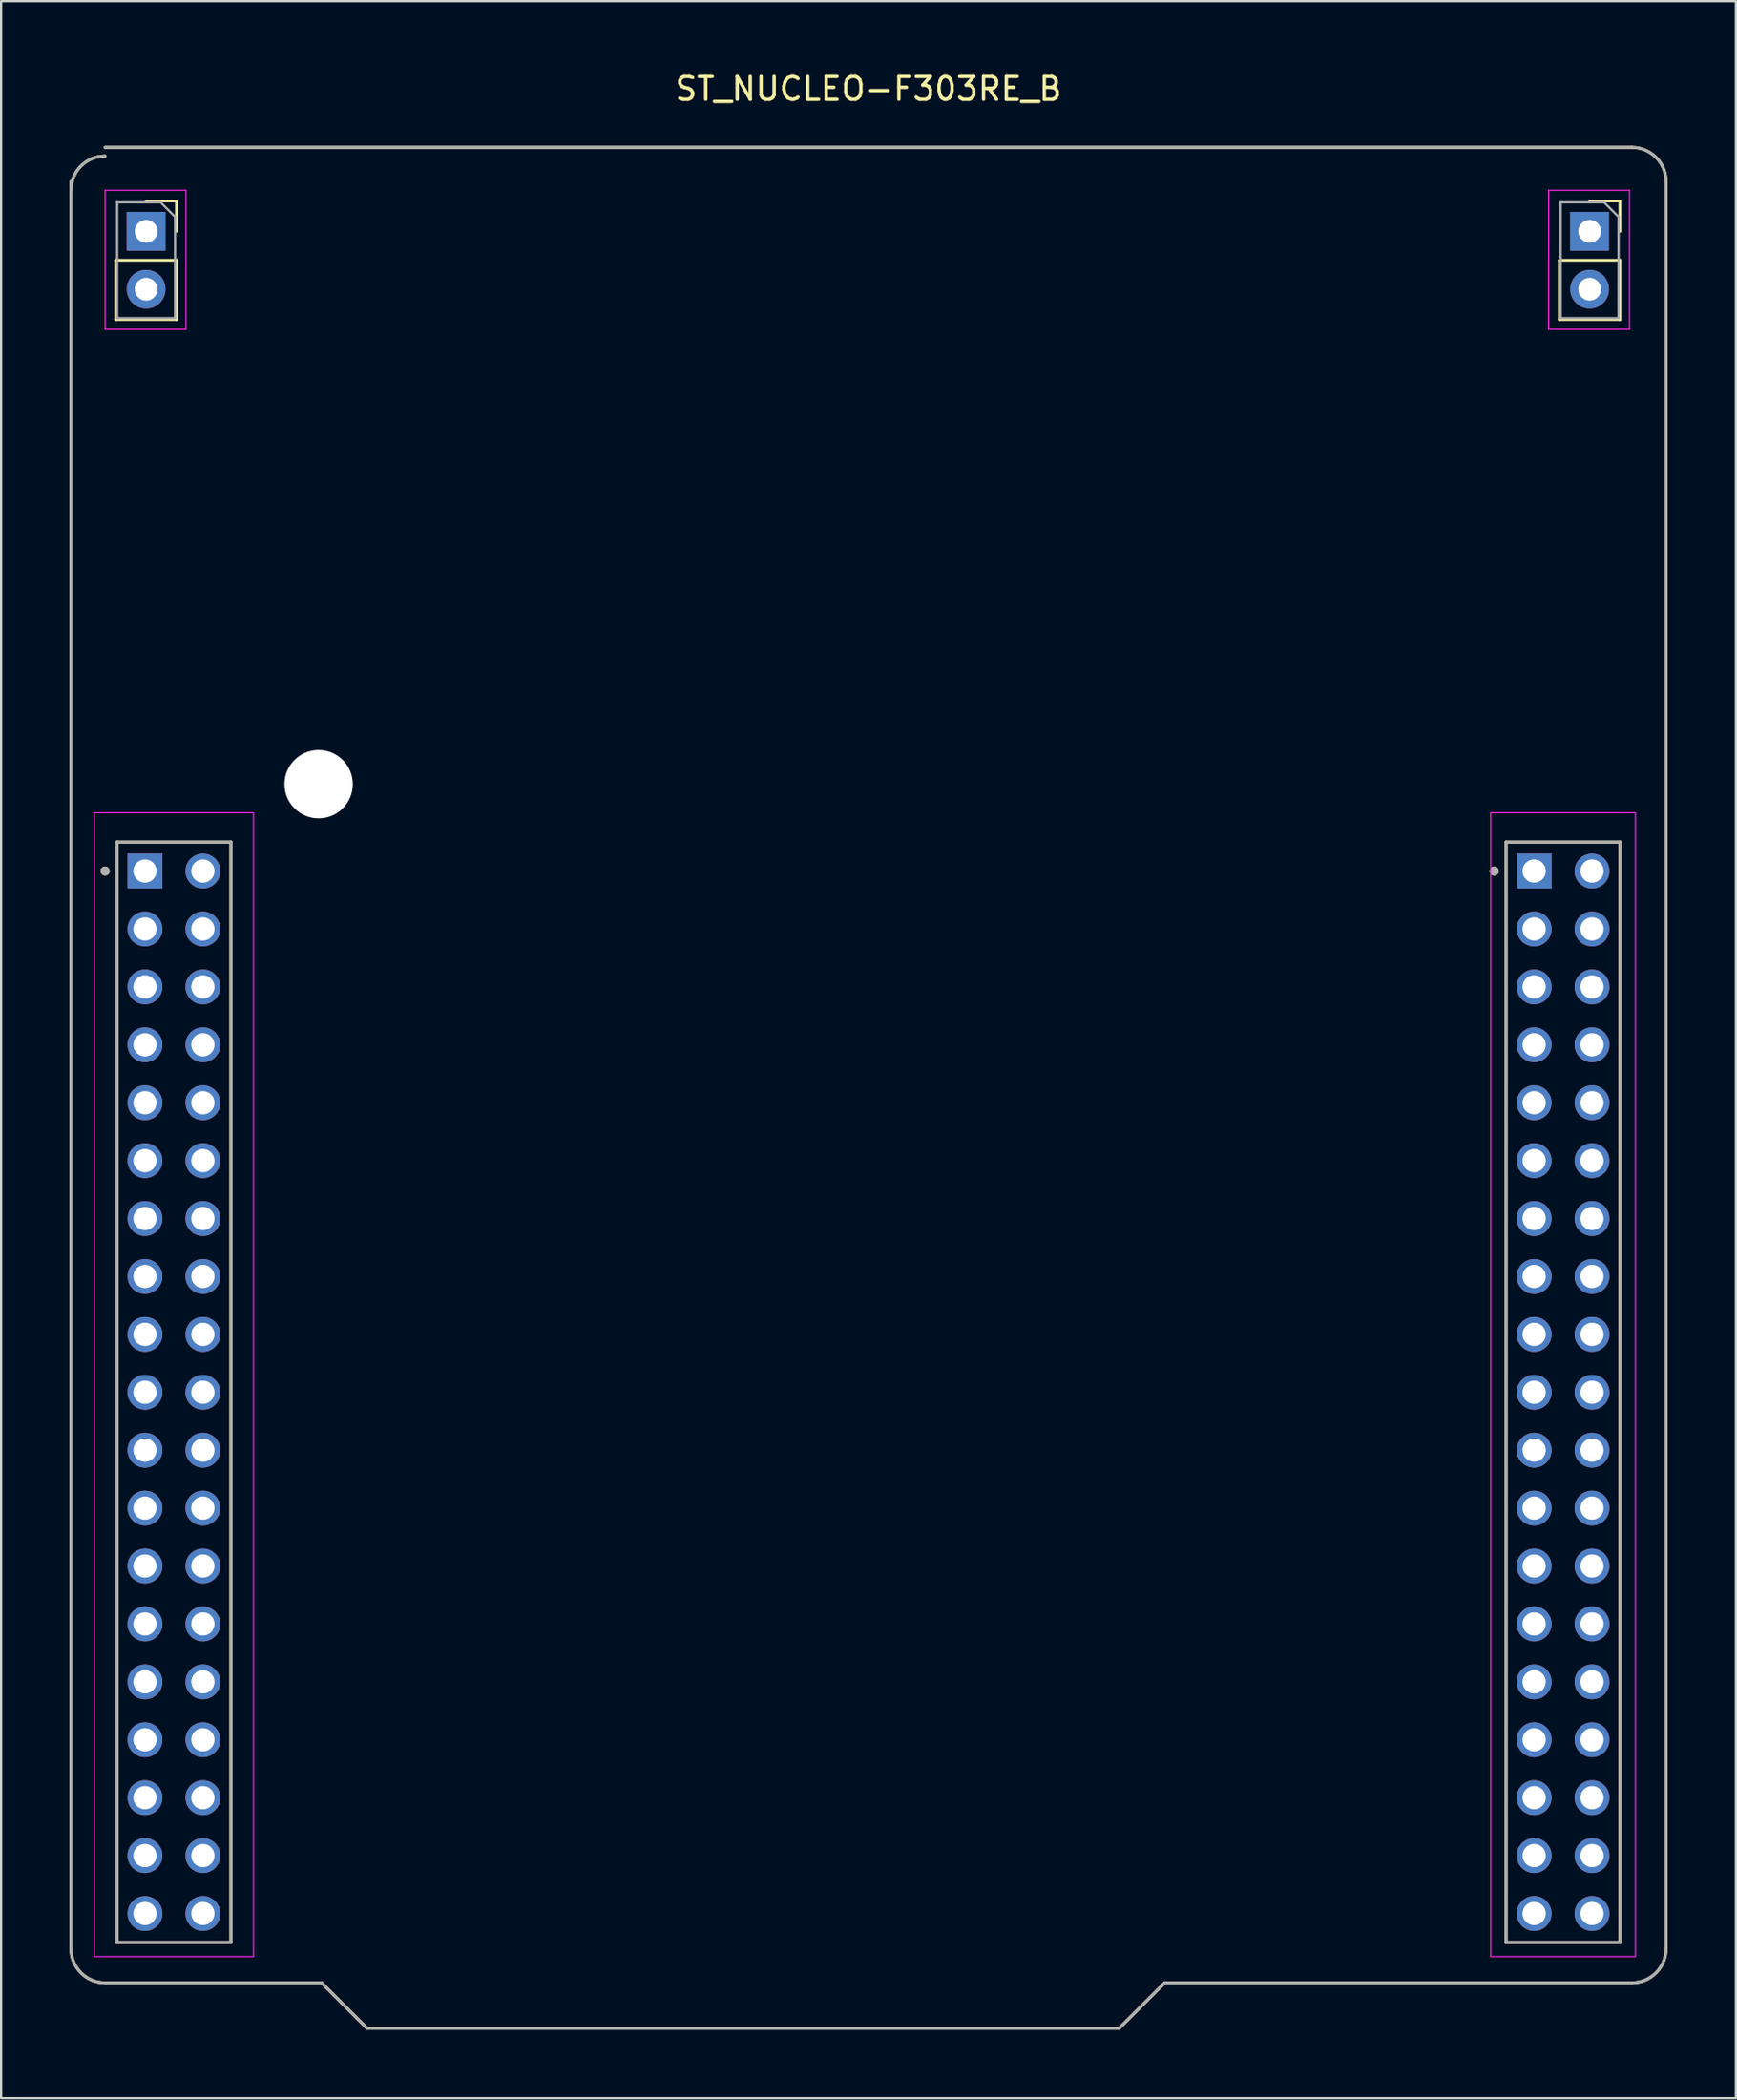
<source format=kicad_pcb>
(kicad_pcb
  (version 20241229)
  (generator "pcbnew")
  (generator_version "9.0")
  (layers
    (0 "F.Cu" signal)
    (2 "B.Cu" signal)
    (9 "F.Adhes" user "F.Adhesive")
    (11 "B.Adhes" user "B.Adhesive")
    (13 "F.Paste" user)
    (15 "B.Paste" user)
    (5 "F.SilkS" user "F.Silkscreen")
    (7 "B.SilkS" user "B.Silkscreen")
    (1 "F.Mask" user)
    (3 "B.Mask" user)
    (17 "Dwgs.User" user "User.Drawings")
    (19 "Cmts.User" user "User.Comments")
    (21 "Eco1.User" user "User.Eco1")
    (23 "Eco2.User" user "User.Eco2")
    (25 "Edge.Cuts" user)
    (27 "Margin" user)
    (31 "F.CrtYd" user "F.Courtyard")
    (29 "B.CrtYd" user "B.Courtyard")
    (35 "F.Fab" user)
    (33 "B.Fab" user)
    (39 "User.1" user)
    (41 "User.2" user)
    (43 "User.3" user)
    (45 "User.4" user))
  (footprint "ST_NUCLEO-F303RE_B"
    (layer "F.Cu")
    (at 35.063 44.663)
    (property "Reference" "ST_NUCLEO-F303RE_B" (at 0 -43.815 0) (layer "F.SilkS") (effects (font (size 1 1) (thickness 0.15))))
    (attr through_hole)
    (fp_line (start -35 37.75) (end -35 -39.75) (stroke (width 0.127) (type solid)) (layer "F.SilkS"))
    (fp_line (start -33.5 -41.25) (end 33.5 -41.25) (stroke (width 0.127) (type solid)) (layer "F.SilkS"))
    (fp_line (start -33.03 -36.3) (end -33.03 -33.7) (stroke (width 0.12) (type solid)) (layer "F.SilkS"))
    (fp_line (start -33.03 -36.3) (end -30.37 -36.3) (stroke (width 0.12) (type solid)) (layer "F.SilkS"))
    (fp_line (start -33.03 -33.7) (end -30.37 -33.7) (stroke (width 0.12) (type solid)) (layer "F.SilkS"))
    (fp_line (start -32.98 -10.78) (end -32.98 37.48) (stroke (width 0.127) (type solid)) (layer "F.SilkS"))
    (fp_line (start -32.98 37.48) (end -27.98 37.48) (stroke (width 0.127) (type solid)) (layer "F.SilkS"))
    (fp_line (start -31.7 -38.9) (end -30.37 -38.9) (stroke (width 0.12) (type solid)) (layer "F.SilkS"))
    (fp_line (start -30.37 -38.9) (end -30.37 -37.57) (stroke (width 0.12) (type solid)) (layer "F.SilkS"))
    (fp_line (start -30.37 -36.3) (end -30.37 -33.7) (stroke (width 0.12) (type solid)) (layer "F.SilkS"))
    (fp_line (start -27.98 -10.78) (end -32.98 -10.78) (stroke (width 0.127) (type solid)) (layer "F.SilkS"))
    (fp_line (start -27.98 37.48) (end -27.98 -10.78) (stroke (width 0.127) (type solid)) (layer "F.SilkS"))
    (fp_line (start -24 39.25) (end -33.5 39.25) (stroke (width 0.127) (type solid)) (layer "F.SilkS"))
    (fp_line (start -22 41.25) (end -24 39.25) (stroke (width 0.127) (type solid)) (layer "F.SilkS"))
    (fp_line (start 11 41.25) (end -22 41.25) (stroke (width 0.127) (type solid)) (layer "F.SilkS"))
    (fp_line (start 13 39.25) (end 11 41.25) (stroke (width 0.127) (type solid)) (layer "F.SilkS"))
    (fp_line (start 27.98 -10.78) (end 27.98 37.48) (stroke (width 0.127) (type solid)) (layer "F.SilkS"))
    (fp_line (start 27.98 37.48) (end 32.98 37.48) (stroke (width 0.127) (type solid)) (layer "F.SilkS"))
    (fp_line (start 30.315 -36.3) (end 30.315 -33.7) (stroke (width 0.12) (type solid)) (layer "F.SilkS"))
    (fp_line (start 30.315 -36.3) (end 32.975 -36.3) (stroke (width 0.12) (type solid)) (layer "F.SilkS"))
    (fp_line (start 30.315 -33.7) (end 32.975 -33.7) (stroke (width 0.12) (type solid)) (layer "F.SilkS"))
    (fp_line (start 31.645 -38.9) (end 32.975 -38.9) (stroke (width 0.12) (type solid)) (layer "F.SilkS"))
    (fp_line (start 32.975 -38.9) (end 32.975 -37.57) (stroke (width 0.12) (type solid)) (layer "F.SilkS"))
    (fp_line (start 32.975 -36.3) (end 32.975 -33.7) (stroke (width 0.12) (type solid)) (layer "F.SilkS"))
    (fp_line (start 32.98 -10.78) (end 27.98 -10.78) (stroke (width 0.127) (type solid)) (layer "F.SilkS"))
    (fp_line (start 32.98 37.48) (end 32.98 -10.78) (stroke (width 0.127) (type solid)) (layer "F.SilkS"))
    (fp_line (start 33.5 39.25) (end 13 39.25) (stroke (width 0.127) (type solid)) (layer "F.SilkS"))
    (fp_line (start 35 -39.75) (end 35 37.75) (stroke (width 0.127) (type solid)) (layer "F.SilkS"))
    (fp_arc (start -35 -39.37) (mid -34.56066 -40.43066) (end -33.5 -40.87) (stroke (width 0.127) (type solid)) (layer "F.SilkS"))
    (fp_arc (start -33.5 39.25) (mid -34.56066 38.81066) (end -35 37.75) (stroke (width 0.127) (type solid)) (layer "F.SilkS"))
    (fp_arc (start 33.5 -41.25) (mid 34.56066 -40.81066) (end 35 -39.75) (stroke (width 0.127) (type solid)) (layer "F.SilkS"))
    (fp_arc (start 35 37.75) (mid 34.56066 38.81066) (end 33.5 39.25) (stroke (width 0.127) (type solid)) (layer "F.SilkS"))
    (fp_circle (center -33.5 -9.51) (end -33.4 -9.51) (stroke (width 0.2) (type solid)) (fill no) (layer "F.SilkS"))
    (fp_circle (center 27.46 -9.51) (end 27.56 -9.51) (stroke (width 0.2) (type solid)) (fill no) (layer "F.SilkS"))
    (fp_line (start -33.5 -39.37) (end -29.95 -39.37) (stroke (width 0.05) (type solid)) (layer "F.CrtYd"))
    (fp_line (start -33.5 -33.27) (end -33.5 -39.37) (stroke (width 0.05) (type solid)) (layer "F.CrtYd"))
    (fp_line (start -29.95 -39.37) (end -29.95 -33.27) (stroke (width 0.05) (type solid)) (layer "F.CrtYd"))
    (fp_line (start -29.95 -33.27) (end -33.5 -33.27) (stroke (width 0.05) (type solid)) (layer "F.CrtYd"))
    (fp_line (start 29.845 -39.37) (end 33.395 -39.37) (stroke (width 0.05) (type solid)) (layer "F.CrtYd"))
    (fp_line (start 29.845 -33.27) (end 29.845 -39.37) (stroke (width 0.05) (type solid)) (layer "F.CrtYd"))
    (fp_line (start 33.395 -39.37) (end 33.395 -33.27) (stroke (width 0.05) (type solid)) (layer "F.CrtYd"))
    (fp_line (start 33.395 -33.27) (end 29.845 -33.27) (stroke (width 0.05) (type solid)) (layer "F.CrtYd"))
    (fp_rect (start -33.972 -12.065) (end -26.988 38.1) (stroke (width 0.05) (type default)) (fill no) (layer "F.CrtYd"))
    (fp_rect (start 27.305 -12.065) (end 33.655 38.1) (stroke (width 0.05) (type default)) (fill no) (layer "F.CrtYd"))
    (fp_line (start -35 37.75) (end -35 -39.75) (stroke (width 0.127) (type solid)) (layer "F.Fab"))
    (fp_line (start -33.5 -41.25) (end 33.5 -41.25) (stroke (width 0.127) (type solid)) (layer "F.Fab"))
    (fp_line (start -32.98 -10.78) (end -32.98 37.48) (stroke (width 0.127) (type solid)) (layer "F.Fab"))
    (fp_line (start -32.98 37.48) (end -27.98 37.48) (stroke (width 0.127) (type solid)) (layer "F.Fab"))
    (fp_line (start -32.97 -38.84) (end -31.065 -38.84) (stroke (width 0.1) (type solid)) (layer "F.Fab"))
    (fp_line (start -32.97 -33.76) (end -32.97 -38.84) (stroke (width 0.1) (type solid)) (layer "F.Fab"))
    (fp_line (start -31.065 -38.84) (end -30.43 -38.205) (stroke (width 0.1) (type solid)) (layer "F.Fab"))
    (fp_line (start -30.43 -38.205) (end -30.43 -33.76) (stroke (width 0.1) (type solid)) (layer "F.Fab"))
    (fp_line (start -30.43 -33.76) (end -32.97 -33.76) (stroke (width 0.1) (type solid)) (layer "F.Fab"))
    (fp_line (start -27.98 -10.78) (end -32.98 -10.78) (stroke (width 0.127) (type solid)) (layer "F.Fab"))
    (fp_line (start -27.98 37.48) (end -27.98 -10.78) (stroke (width 0.127) (type solid)) (layer "F.Fab"))
    (fp_line (start -24 39.25) (end -33.5 39.25) (stroke (width 0.127) (type solid)) (layer "F.Fab"))
    (fp_line (start -22 41.25) (end -24 39.25) (stroke (width 0.127) (type solid)) (layer "F.Fab"))
    (fp_line (start 11 41.25) (end -22 41.25) (stroke (width 0.127) (type solid)) (layer "F.Fab"))
    (fp_line (start 13 39.25) (end 11 41.25) (stroke (width 0.127) (type solid)) (layer "F.Fab"))
    (fp_line (start 27.98 -10.78) (end 27.98 37.48) (stroke (width 0.127) (type solid)) (layer "F.Fab"))
    (fp_line (start 27.98 37.48) (end 32.98 37.48) (stroke (width 0.127) (type solid)) (layer "F.Fab"))
    (fp_line (start 30.375 -38.84) (end 32.28 -38.84) (stroke (width 0.1) (type solid)) (layer "F.Fab"))
    (fp_line (start 30.375 -33.76) (end 30.375 -38.84) (stroke (width 0.1) (type solid)) (layer "F.Fab"))
    (fp_line (start 32.28 -38.84) (end 32.915 -38.205) (stroke (width 0.1) (type solid)) (layer "F.Fab"))
    (fp_line (start 32.915 -38.205) (end 32.915 -33.76) (stroke (width 0.1) (type solid)) (layer "F.Fab"))
    (fp_line (start 32.915 -33.76) (end 30.375 -33.76) (stroke (width 0.1) (type solid)) (layer "F.Fab"))
    (fp_line (start 32.98 -10.78) (end 27.98 -10.78) (stroke (width 0.127) (type solid)) (layer "F.Fab"))
    (fp_line (start 32.98 37.48) (end 32.98 -10.78) (stroke (width 0.127) (type solid)) (layer "F.Fab"))
    (fp_line (start 33.5 39.25) (end 13 39.25) (stroke (width 0.127) (type solid)) (layer "F.Fab"))
    (fp_line (start 35 -39.75) (end 35 37.75) (stroke (width 0.127) (type solid)) (layer "F.Fab"))
    (fp_arc (start -35 -39.37) (mid -34.56066 -40.43066) (end -33.5 -40.87) (stroke (width 0.127) (type solid)) (layer "F.Fab"))
    (fp_arc (start -33.5 39.25) (mid -34.56066 38.81066) (end -35 37.75) (stroke (width 0.127) (type solid)) (layer "F.Fab"))
    (fp_arc (start 33.5 -41.25) (mid 34.56066 -40.81066) (end 35 -39.75) (stroke (width 0.127) (type solid)) (layer "F.Fab"))
    (fp_arc (start 35 37.75) (mid 34.56066 38.81066) (end 33.5 39.25) (stroke (width 0.127) (type solid)) (layer "F.Fab"))
    (fp_circle (center -33.5 -9.51) (end -33.4 -9.51) (stroke (width 0.2) (type solid)) (fill no) (layer "F.Fab"))
    (fp_circle (center 27.46 -9.51) (end 27.56 -9.51) (stroke (width 0.2) (type solid)) (fill no) (layer "F.Fab"))
    (pad "" np_thru_hole circle (at -24.13 -13.32) (size 3 3) (drill 3) (layers "*.Cu" "*.Mask"))
    (pad "CN7_1" thru_hole rect (at -31.75 -9.51) (size 1.53 1.53) (drill 1.02) (layers "*.Cu" "*.Mask"))
    (pad "CN7_2" thru_hole circle (at -29.21 -9.51) (size 1.53 1.53) (drill 1.02) (layers "*.Cu" "*.Mask"))
    (pad "CN7_3" thru_hole circle (at -31.75 -6.97) (size 1.53 1.53) (drill 1.02) (layers "*.Cu" "*.Mask"))
    (pad "CN7_4" thru_hole circle (at -29.21 -6.97) (size 1.53 1.53) (drill 1.02) (layers "*.Cu" "*.Mask"))
    (pad "CN7_5" thru_hole circle (at -31.75 -4.43) (size 1.53 1.53) (drill 1.02) (layers "*.Cu" "*.Mask"))
    (pad "CN7_6" thru_hole circle (at -29.21 -4.43) (size 1.53 1.53) (drill 1.02) (layers "*.Cu" "*.Mask"))
    (pad "CN7_7" thru_hole circle (at -31.75 -1.89) (size 1.53 1.53) (drill 1.02) (layers "*.Cu" "*.Mask"))
    (pad "CN7_8" thru_hole circle (at -29.21 -1.89) (size 1.53 1.53) (drill 1.02) (layers "*.Cu" "*.Mask"))
    (pad "CN7_9" thru_hole circle (at -31.75 0.65) (size 1.53 1.53) (drill 1.02) (layers "*.Cu" "*.Mask"))
    (pad "CN7_10" thru_hole circle (at -29.21 0.65) (size 1.53 1.53) (drill 1.02) (layers "*.Cu" "*.Mask"))
    (pad "CN7_11" thru_hole circle (at -31.75 3.19) (size 1.53 1.53) (drill 1.02) (layers "*.Cu" "*.Mask"))
    (pad "CN7_12" thru_hole circle (at -29.21 3.19) (size 1.53 1.53) (drill 1.02) (layers "*.Cu" "*.Mask"))
    (pad "CN7_13" thru_hole circle (at -31.75 5.73) (size 1.53 1.53) (drill 1.02) (layers "*.Cu" "*.Mask"))
    (pad "CN7_14" thru_hole circle (at -29.21 5.73) (size 1.53 1.53) (drill 1.02) (layers "*.Cu" "*.Mask"))
    (pad "CN7_15" thru_hole circle (at -31.75 8.27) (size 1.53 1.53) (drill 1.02) (layers "*.Cu" "*.Mask"))
    (pad "CN7_16" thru_hole circle (at -29.21 8.27) (size 1.53 1.53) (drill 1.02) (layers "*.Cu" "*.Mask"))
    (pad "CN7_17" thru_hole circle (at -31.75 10.81) (size 1.53 1.53) (drill 1.02) (layers "*.Cu" "*.Mask"))
    (pad "CN7_18" thru_hole circle (at -29.21 10.81) (size 1.53 1.53) (drill 1.02) (layers "*.Cu" "*.Mask"))
    (pad "CN7_19" thru_hole circle (at -31.75 13.35) (size 1.53 1.53) (drill 1.02) (layers "*.Cu" "*.Mask"))
    (pad "CN7_20" thru_hole circle (at -29.21 13.35) (size 1.53 1.53) (drill 1.02) (layers "*.Cu" "*.Mask"))
    (pad "CN7_21" thru_hole circle (at -31.75 15.89) (size 1.53 1.53) (drill 1.02) (layers "*.Cu" "*.Mask"))
    (pad "CN7_22" thru_hole circle (at -29.21 15.89) (size 1.53 1.53) (drill 1.02) (layers "*.Cu" "*.Mask"))
    (pad "CN7_23" thru_hole circle (at -31.75 18.43) (size 1.53 1.53) (drill 1.02) (layers "*.Cu" "*.Mask"))
    (pad "CN7_24" thru_hole circle (at -29.21 18.43) (size 1.53 1.53) (drill 1.02) (layers "*.Cu" "*.Mask"))
    (pad "CN7_25" thru_hole circle (at -31.75 20.97) (size 1.53 1.53) (drill 1.02) (layers "*.Cu" "*.Mask"))
    (pad "CN7_26" thru_hole circle (at -29.21 20.97) (size 1.53 1.53) (drill 1.02) (layers "*.Cu" "*.Mask"))
    (pad "CN7_27" thru_hole circle (at -31.75 23.51) (size 1.53 1.53) (drill 1.02) (layers "*.Cu" "*.Mask"))
    (pad "CN7_28" thru_hole circle (at -29.21 23.51) (size 1.53 1.53) (drill 1.02) (layers "*.Cu" "*.Mask"))
    (pad "CN7_29" thru_hole circle (at -31.75 26.05) (size 1.53 1.53) (drill 1.02) (layers "*.Cu" "*.Mask"))
    (pad "CN7_30" thru_hole circle (at -29.21 26.05) (size 1.53 1.53) (drill 1.02) (layers "*.Cu" "*.Mask"))
    (pad "CN7_31" thru_hole circle (at -31.75 28.59) (size 1.53 1.53) (drill 1.02) (layers "*.Cu" "*.Mask"))
    (pad "CN7_32" thru_hole circle (at -29.21 28.59) (size 1.53 1.53) (drill 1.02) (layers "*.Cu" "*.Mask"))
    (pad "CN7_33" thru_hole circle (at -31.75 31.13) (size 1.53 1.53) (drill 1.02) (layers "*.Cu" "*.Mask"))
    (pad "CN7_34" thru_hole circle (at -29.21 31.13) (size 1.53 1.53) (drill 1.02) (layers "*.Cu" "*.Mask"))
    (pad "CN7_35" thru_hole circle (at -31.75 33.67) (size 1.53 1.53) (drill 1.02) (layers "*.Cu" "*.Mask"))
    (pad "CN7_36" thru_hole circle (at -29.21 33.67) (size 1.53 1.53) (drill 1.02) (layers "*.Cu" "*.Mask"))
    (pad "CN7_37" thru_hole circle (at -31.75 36.21) (size 1.53 1.53) (drill 1.02) (layers "*.Cu" "*.Mask"))
    (pad "CN7_38" thru_hole circle (at -29.21 36.21) (size 1.53 1.53) (drill 1.02) (layers "*.Cu" "*.Mask"))
    (pad "CN10_1" thru_hole rect (at 29.21 -9.51) (size 1.53 1.53) (drill 1.02) (layers "*.Cu" "*.Mask"))
    (pad "CN10_2" thru_hole circle (at 31.75 -9.51) (size 1.53 1.53) (drill 1.02) (layers "*.Cu" "*.Mask"))
    (pad "CN10_3" thru_hole circle (at 29.21 -6.97) (size 1.53 1.53) (drill 1.02) (layers "*.Cu" "*.Mask"))
    (pad "CN10_4" thru_hole circle (at 31.75 -6.97) (size 1.53 1.53) (drill 1.02) (layers "*.Cu" "*.Mask"))
    (pad "CN10_5" thru_hole circle (at 29.21 -4.43) (size 1.53 1.53) (drill 1.02) (layers "*.Cu" "*.Mask"))
    (pad "CN10_6" thru_hole circle (at 31.75 -4.43) (size 1.53 1.53) (drill 1.02) (layers "*.Cu" "*.Mask"))
    (pad "CN10_7" thru_hole circle (at 29.21 -1.89) (size 1.53 1.53) (drill 1.02) (layers "*.Cu" "*.Mask"))
    (pad "CN10_8" thru_hole circle (at 31.75 -1.89) (size 1.53 1.53) (drill 1.02) (layers "*.Cu" "*.Mask"))
    (pad "CN10_9" thru_hole circle (at 29.21 0.65) (size 1.53 1.53) (drill 1.02) (layers "*.Cu" "*.Mask"))
    (pad "CN10_10" thru_hole circle (at 31.75 0.65) (size 1.53 1.53) (drill 1.02) (layers "*.Cu" "*.Mask"))
    (pad "CN10_11" thru_hole circle (at 29.21 3.19) (size 1.53 1.53) (drill 1.02) (layers "*.Cu" "*.Mask"))
    (pad "CN10_12" thru_hole circle (at 31.75 3.19) (size 1.53 1.53) (drill 1.02) (layers "*.Cu" "*.Mask"))
    (pad "CN10_13" thru_hole circle (at 29.21 5.73) (size 1.53 1.53) (drill 1.02) (layers "*.Cu" "*.Mask"))
    (pad "CN10_14" thru_hole circle (at 31.75 5.73) (size 1.53 1.53) (drill 1.02) (layers "*.Cu" "*.Mask"))
    (pad "CN10_15" thru_hole circle (at 29.21 8.27) (size 1.53 1.53) (drill 1.02) (layers "*.Cu" "*.Mask"))
    (pad "CN10_16" thru_hole circle (at 31.75 8.27) (size 1.53 1.53) (drill 1.02) (layers "*.Cu" "*.Mask"))
    (pad "CN10_17" thru_hole circle (at 29.21 10.81) (size 1.53 1.53) (drill 1.02) (layers "*.Cu" "*.Mask"))
    (pad "CN10_18" thru_hole circle (at 31.75 10.81) (size 1.53 1.53) (drill 1.02) (layers "*.Cu" "*.Mask"))
    (pad "CN10_19" thru_hole circle (at 29.21 13.35) (size 1.53 1.53) (drill 1.02) (layers "*.Cu" "*.Mask"))
    (pad "CN10_20" thru_hole circle (at 31.75 13.35) (size 1.53 1.53) (drill 1.02) (layers "*.Cu" "*.Mask"))
    (pad "CN10_21" thru_hole circle (at 29.21 15.89) (size 1.53 1.53) (drill 1.02) (layers "*.Cu" "*.Mask"))
    (pad "CN10_22" thru_hole circle (at 31.75 15.89) (size 1.53 1.53) (drill 1.02) (layers "*.Cu" "*.Mask"))
    (pad "CN10_23" thru_hole circle (at 29.21 18.43) (size 1.53 1.53) (drill 1.02) (layers "*.Cu" "*.Mask"))
    (pad "CN10_24" thru_hole circle (at 31.75 18.43) (size 1.53 1.53) (drill 1.02) (layers "*.Cu" "*.Mask"))
    (pad "CN10_25" thru_hole circle (at 29.21 20.97) (size 1.53 1.53) (drill 1.02) (layers "*.Cu" "*.Mask"))
    (pad "CN10_26" thru_hole circle (at 31.75 20.97) (size 1.53 1.53) (drill 1.02) (layers "*.Cu" "*.Mask"))
    (pad "CN10_27" thru_hole circle (at 29.21 23.51) (size 1.53 1.53) (drill 1.02) (layers "*.Cu" "*.Mask"))
    (pad "CN10_28" thru_hole circle (at 31.75 23.51) (size 1.53 1.53) (drill 1.02) (layers "*.Cu" "*.Mask"))
    (pad "CN10_29" thru_hole circle (at 29.21 26.05) (size 1.53 1.53) (drill 1.02) (layers "*.Cu" "*.Mask"))
    (pad "CN10_30" thru_hole circle (at 31.75 26.05) (size 1.53 1.53) (drill 1.02) (layers "*.Cu" "*.Mask"))
    (pad "CN10_31" thru_hole circle (at 29.21 28.59) (size 1.53 1.53) (drill 1.02) (layers "*.Cu" "*.Mask"))
    (pad "CN10_32" thru_hole circle (at 31.75 28.59) (size 1.53 1.53) (drill 1.02) (layers "*.Cu" "*.Mask"))
    (pad "CN10_33" thru_hole circle (at 29.21 31.13) (size 1.53 1.53) (drill 1.02) (layers "*.Cu" "*.Mask"))
    (pad "CN10_34" thru_hole circle (at 31.75 31.13) (size 1.53 1.53) (drill 1.02) (layers "*.Cu" "*.Mask"))
    (pad "CN10_35" thru_hole circle (at 29.21 33.67) (size 1.53 1.53) (drill 1.02) (layers "*.Cu" "*.Mask"))
    (pad "CN10_36" thru_hole circle (at 31.75 33.67) (size 1.53 1.53) (drill 1.02) (layers "*.Cu" "*.Mask"))
    (pad "CN10_37" thru_hole circle (at 29.21 36.21) (size 1.53 1.53) (drill 1.02) (layers "*.Cu" "*.Mask"))
    (pad "CN10_38" thru_hole circle (at 31.75 36.21) (size 1.53 1.53) (drill 1.02) (layers "*.Cu" "*.Mask"))
    (pad "CN11_1" thru_hole rect (at 31.645 -37.57) (size 1.7 1.7) (drill 1) (layers "*.Cu" "*.Mask"))
    (pad "CN11_2" thru_hole oval (at 31.645 -35.03) (size 1.7 1.7) (drill 1) (layers "*.Cu" "*.Mask"))
    (pad "CN12_1" thru_hole rect (at -31.7 -37.57) (size 1.7 1.7) (drill 1) (layers "*.Cu" "*.Mask"))
    (pad "CN12_2" thru_hole oval (at -31.7 -35.03) (size 1.7 1.7) (drill 1) (layers "*.Cu" "*.Mask")))
  (gr_rect
    (start -3 -3)
    (end 73.127 88.977)
    (stroke (width 0.1) (type default))
    (fill no)
    (layer "Edge.Cuts")))
</source>
